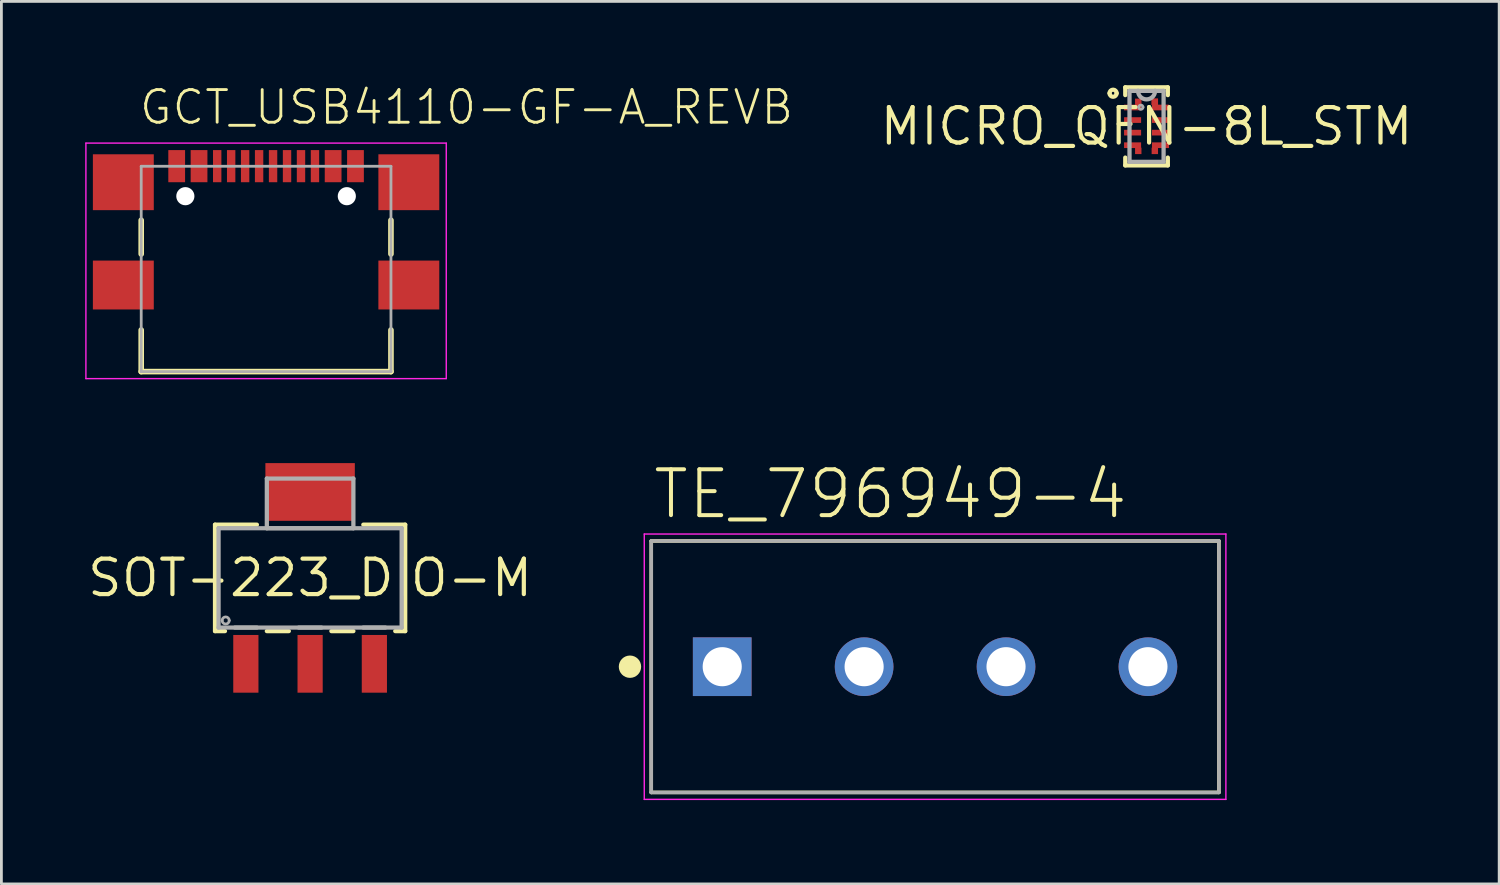
<source format=kicad_pcb>
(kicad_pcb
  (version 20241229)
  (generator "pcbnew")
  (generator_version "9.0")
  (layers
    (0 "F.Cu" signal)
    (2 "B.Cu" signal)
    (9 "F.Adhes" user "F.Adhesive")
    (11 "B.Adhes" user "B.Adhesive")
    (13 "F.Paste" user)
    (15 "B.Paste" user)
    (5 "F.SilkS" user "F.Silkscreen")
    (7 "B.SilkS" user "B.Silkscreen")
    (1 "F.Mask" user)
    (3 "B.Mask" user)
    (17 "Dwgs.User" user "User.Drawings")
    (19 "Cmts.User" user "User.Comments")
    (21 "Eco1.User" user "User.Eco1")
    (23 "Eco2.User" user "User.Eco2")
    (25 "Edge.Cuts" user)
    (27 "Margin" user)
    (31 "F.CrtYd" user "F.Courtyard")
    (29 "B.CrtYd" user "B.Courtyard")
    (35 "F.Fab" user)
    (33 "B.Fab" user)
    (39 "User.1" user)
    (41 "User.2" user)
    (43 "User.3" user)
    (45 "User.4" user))
  (footprint "MICRO_QFN-8L_STM"
    (layer "F.Cu")
    (at 37.993 1.473)
    (property "Reference" "MICRO_QFN-8L_STM" (at 0 0 0) (layer "F.SilkS") (effects (font (size 1.27 1.27) (thickness 0.15))))
    (fp_poly (pts (xy -0.182 -0.764) (xy -0.411 -0.764) (xy -0.411 -0.993) (xy -0.182 -0.993)) (stroke (width 0) (type solid)) (fill yes) (layer "F.Cu"))
    (fp_poly (pts (xy -0.182 0.993) (xy -0.411 0.993) (xy -0.411 0.764) (xy -0.182 0.764)) (stroke (width 0) (type solid)) (fill yes) (layer "F.Cu"))
    (fp_poly (pts (xy 0.411 -0.764) (xy 0.182 -0.764) (xy 0.182 -0.993) (xy 0.411 -0.993)) (stroke (width 0) (type solid)) (fill yes) (layer "F.Cu"))
    (fp_poly (pts (xy 0.411 -0.764) (xy 0.182 -0.764) (xy 0.182 -0.993) (xy 0.411 -0.993)) (stroke (width 0) (type solid)) (fill yes) (layer "F.Cu"))
    (fp_poly (pts (xy 0.411 0.993) (xy 0.182 0.993) (xy 0.182 0.764) (xy 0.411 0.764)) (stroke (width 0) (type solid)) (fill yes) (layer "F.Cu"))
    (fp_poly (pts (xy -0.182 -0.764) (xy -0.411 -0.764) (xy -0.411 -0.993) (xy -0.182 -0.993)) (stroke (width 0) (type solid)) (fill yes) (layer "F.Mask"))
    (fp_poly (pts (xy -0.182 -0.764) (xy -0.411 -0.764) (xy -0.411 -0.993) (xy -0.182 -0.993)) (stroke (width 0) (type solid)) (fill yes) (layer "F.Mask"))
    (fp_poly (pts (xy -0.182 0.993) (xy -0.411 0.993) (xy -0.411 0.764) (xy -0.182 0.764)) (stroke (width 0) (type solid)) (fill yes) (layer "F.Mask"))
    (fp_poly (pts (xy -0.182 0.993) (xy -0.411 0.993) (xy -0.411 0.764) (xy -0.182 0.764)) (stroke (width 0) (type solid)) (fill yes) (layer "F.Mask"))
    (fp_poly (pts (xy 0.411 -0.764) (xy 0.182 -0.764) (xy 0.182 -0.993) (xy 0.411 -0.993)) (stroke (width 0) (type solid)) (fill yes) (layer "F.Mask"))
    (fp_poly (pts (xy 0.411 -0.764) (xy 0.182 -0.764) (xy 0.182 -0.993) (xy 0.411 -0.993)) (stroke (width 0) (type solid)) (fill yes) (layer "F.Mask"))
    (fp_poly (pts (xy 0.411 0.993) (xy 0.182 0.993) (xy 0.182 0.764) (xy 0.411 0.764)) (stroke (width 0) (type solid)) (fill yes) (layer "F.Mask"))
    (fp_poly (pts (xy 0.411 0.993) (xy 0.182 0.993) (xy 0.182 0.764) (xy 0.411 0.764)) (stroke (width 0) (type solid)) (fill yes) (layer "F.Mask"))
    (fp_line (start -0.762 -1.397) (end -0.762 -1.118) (stroke (width 0.152) (type solid)) (layer "F.SilkS"))
    (fp_line (start -0.762 1.118) (end -0.762 1.397) (stroke (width 0.152) (type solid)) (layer "F.SilkS"))
    (fp_line (start -0.762 1.397) (end 0.762 1.397) (stroke (width 0.152) (type solid)) (layer "F.SilkS"))
    (fp_line (start 0.762 -1.397) (end -0.762 -1.397) (stroke (width 0.152) (type solid)) (layer "F.SilkS"))
    (fp_line (start 0.762 -1.118) (end 0.762 -1.397) (stroke (width 0.152) (type solid)) (layer "F.SilkS"))
    (fp_line (start 0.762 1.397) (end 0.762 1.118) (stroke (width 0.152) (type solid)) (layer "F.SilkS"))
    (fp_arc (start -1.3248 -1.1858) (mid -1.1978 -1.3128) (end -1.0708 -1.1858) (stroke (width 0.1524) (type solid)) (layer "F.SilkS"))
    (fp_arc (start -1.0708 -1.1858) (mid -1.1978 -1.0588) (end -1.3248 -1.1858) (stroke (width 0.1524) (type solid)) (layer "F.SilkS"))
    (fp_poly (pts (xy -0.182 -0.764) (xy -0.411 -0.764) (xy -0.411 -0.993) (xy -0.182 -0.993)) (stroke (width 0) (type solid)) (fill yes) (layer "F.Paste"))
    (fp_poly (pts (xy -0.182 0.993) (xy -0.411 0.993) (xy -0.411 0.764) (xy -0.182 0.764)) (stroke (width 0) (type solid)) (fill yes) (layer "F.Paste"))
    (fp_poly (pts (xy 0.411 -0.764) (xy 0.182 -0.764) (xy 0.182 -0.993) (xy 0.411 -0.993)) (stroke (width 0) (type solid)) (fill yes) (layer "F.Paste"))
    (fp_poly (pts (xy 0.411 0.993) (xy 0.182 0.993) (xy 0.182 0.764) (xy 0.411 0.764)) (stroke (width 0) (type solid)) (fill yes) (layer "F.Paste"))
    (fp_line (start -0.61 -1.27) (end -0.61 1.27) (stroke (width 0.152) (type solid)) (layer "F.Fab"))
    (fp_line (start -0.61 1.27) (end 0.61 1.27) (stroke (width 0.152) (type solid)) (layer "F.Fab"))
    (fp_line (start -0.305 -1.27) (end -0.61 -1.27) (stroke (width 0.152) (type solid)) (layer "F.Fab"))
    (fp_line (start 0.305 -1.27) (end -0.305 -1.27) (stroke (width 0.152) (type solid)) (layer "F.Fab"))
    (fp_line (start 0.61 -1.27) (end 0.305 -1.27) (stroke (width 0.152) (type solid)) (layer "F.Fab"))
    (fp_line (start 0.61 1.27) (end 0.61 -1.27) (stroke (width 0.152) (type solid)) (layer "F.Fab"))
    (fp_arc (start -0.2794 -0.6858) (mid -0.2032 -0.762) (end -0.127 -0.6858) (stroke (width 0.1) (type solid)) (layer "F.Fab"))
    (fp_arc (start -0.127 -0.6858) (mid -0.2032 -0.6096) (end -0.2794 -0.6858) (stroke (width 0.1) (type solid)) (layer "F.Fab"))
    (fp_arc (start 0.3048 -1.27) (mid 0 -0.9652) (end -0.3048 -1.27) (stroke (width 0.1524) (type solid)) (layer "F.Fab"))
    (pad "1" smd rect (at -0.5 -0.675) (size 0.61 0.203) (layers "F.Cu" "F.Mask" "F.Paste"))
    (pad "2" smd rect (at -0.5 -0.225) (size 0.61 0.203) (layers "F.Cu" "F.Mask" "F.Paste"))
    (pad "3" smd rect (at -0.5 0.225) (size 0.61 0.203) (layers "F.Cu" "F.Mask" "F.Paste"))
    (pad "4" smd rect (at -0.5 0.675) (size 0.61 0.203) (layers "F.Cu" "F.Mask" "F.Paste"))
    (pad "5" smd rect (at 0.5 0.675 180) (size 0.61 0.203) (layers "F.Cu" "F.Mask" "F.Paste"))
    (pad "6" smd rect (at 0.5 0.225 180) (size 0.61 0.203) (layers "F.Cu" "F.Mask" "F.Paste"))
    (pad "7" smd rect (at 0.5 -0.225 180) (size 0.61 0.203) (layers "F.Cu" "F.Mask" "F.Paste"))
    (pad "8" smd rect (at 0.5 -0.675 180) (size 0.61 0.203) (layers "F.Cu" "F.Mask" "F.Paste")))
  (footprint "TE_796949-4"
    (layer "F.Cu")
    (at 22.803 20.816)
    (property "Reference" "TE_796949-4" (at -2.553 -5.218 0) (layer "F.SilkS") (effects (font (size 1.641 1.641) (thickness 0.143)) (justify left bottom)))
    (fp_line (start -2.54 -4.5) (end -2.54 4.5) (stroke (width 0.127) (type solid)) (layer "F.SilkS"))
    (fp_line (start -2.54 4.5) (end 17.78 4.5) (stroke (width 0.127) (type solid)) (layer "F.SilkS"))
    (fp_line (start 17.78 -4.5) (end -2.54 -4.5) (stroke (width 0.127) (type solid)) (layer "F.SilkS"))
    (fp_line (start 17.78 4.5) (end 17.78 -4.5) (stroke (width 0.127) (type solid)) (layer "F.SilkS"))
    (fp_circle (center -3.302 0) (end -3.102 0) (stroke (width 0.4) (type solid)) (fill no) (layer "F.SilkS"))
    (fp_line (start -2.79 -4.75) (end -2.79 4.75) (stroke (width 0.05) (type solid)) (layer "F.CrtYd"))
    (fp_line (start -2.79 4.75) (end 18.03 4.75) (stroke (width 0.05) (type solid)) (layer "F.CrtYd"))
    (fp_line (start 18.03 -4.75) (end -2.79 -4.75) (stroke (width 0.05) (type solid)) (layer "F.CrtYd"))
    (fp_line (start 18.03 4.75) (end 18.03 -4.75) (stroke (width 0.05) (type solid)) (layer "F.CrtYd"))
    (fp_line (start -2.54 -4.5) (end -2.54 4.5) (stroke (width 0.127) (type solid)) (layer "F.Fab"))
    (fp_line (start -2.54 4.5) (end 17.78 4.5) (stroke (width 0.127) (type solid)) (layer "F.Fab"))
    (fp_line (start 17.78 -4.5) (end -2.54 -4.5) (stroke (width 0.127) (type solid)) (layer "F.Fab"))
    (fp_line (start 17.78 4.5) (end 17.78 -4.5) (stroke (width 0.127) (type solid)) (layer "F.Fab"))
    (pad "1" thru_hole rect (at 0 0) (size 2.1 2.1) (drill 1.4) (layers "*.Cu" "*.Mask"))
    (pad "2" thru_hole circle (at 5.08 0) (size 2.1 2.1) (drill 1.4) (layers "*.Cu" "*.Mask"))
    (pad "3" thru_hole circle (at 10.16 0) (size 2.1 2.1) (drill 1.4) (layers "*.Cu" "*.Mask"))
    (pad "4" thru_hole circle (at 15.24 0) (size 2.1 2.1) (drill 1.4) (layers "*.Cu" "*.Mask")))
  (footprint "GCT_USB4110-GF-A_REVB"
    (layer "F.Cu")
    (at 6.475 3.973)
    (property "Reference" "GCT_USB4110-GF-A_REVB" (at -4.6 -2.5 0) (layer "F.SilkS") (effects (font (size 1.168 1.168) (thickness 0.102)) (justify left bottom)))
    (fp_line (start -4.47 0.86) (end -4.47 2.07) (stroke (width 0.2) (type solid)) (layer "F.SilkS"))
    (fp_line (start -4.47 4.79) (end -4.47 6.28) (stroke (width 0.2) (type solid)) (layer "F.SilkS"))
    (fp_line (start -4.47 6.28) (end 4.47 6.28) (stroke (width 0.2) (type solid)) (layer "F.SilkS"))
    (fp_line (start 4.47 0.86) (end 4.47 2.07) (stroke (width 0.2) (type solid)) (layer "F.SilkS"))
    (fp_line (start 4.47 6.28) (end 4.47 4.79) (stroke (width 0.2) (type solid)) (layer "F.SilkS"))
    (fp_line (start -6.45 -1.9) (end 6.45 -1.9) (stroke (width 0.05) (type solid)) (layer "F.CrtYd"))
    (fp_line (start -6.45 6.53) (end -6.45 -1.9) (stroke (width 0.05) (type solid)) (layer "F.CrtYd"))
    (fp_line (start 6.45 -1.9) (end 6.45 6.53) (stroke (width 0.05) (type solid)) (layer "F.CrtYd"))
    (fp_line (start 6.45 6.53) (end -6.45 6.53) (stroke (width 0.05) (type solid)) (layer "F.CrtYd"))
    (fp_line (start -4.47 -1.07) (end -4.47 6.28) (stroke (width 0.1) (type solid)) (layer "F.Fab"))
    (fp_line (start -4.47 6.28) (end 4.47 6.28) (stroke (width 0.1) (type solid)) (layer "F.Fab"))
    (fp_line (start 4.47 -1.07) (end -4.47 -1.07) (stroke (width 0.1) (type solid)) (layer "F.Fab"))
    (fp_line (start 4.47 6.28) (end 4.47 -1.07) (stroke (width 0.1) (type solid)) (layer "F.Fab"))
    (pad "" np_thru_hole circle (at -2.89 0) (size 0.65 0.65) (drill 0.65) (layers "*.Cu" "*.Mask"))
    (pad "" np_thru_hole circle (at 2.89 0) (size 0.65 0.65) (drill 0.65) (layers "*.Cu" "*.Mask"))
    (pad "A1/B12" smd rect (at -3.2 -1.075) (size 0.6 1.15) (layers "F.Cu" "F.Mask" "F.Paste"))
    (pad "A4/B9" smd rect (at -2.4 -1.075) (size 0.6 1.15) (layers "F.Cu" "F.Mask" "F.Paste"))
    (pad "A5" smd rect (at -1.25 -1.075) (size 0.3 1.15) (layers "F.Cu" "F.Mask" "F.Paste"))
    (pad "A6" smd rect (at -0.25 -1.075) (size 0.3 1.15) (layers "F.Cu" "F.Mask" "F.Paste"))
    (pad "A7" smd rect (at 0.25 -1.075) (size 0.3 1.15) (layers "F.Cu" "F.Mask" "F.Paste"))
    (pad "A8" smd rect (at 1.25 -1.075) (size 0.3 1.15) (layers "F.Cu" "F.Mask" "F.Paste"))
    (pad "B1/A12" smd rect (at 3.2 -1.075) (size 0.6 1.15) (layers "F.Cu" "F.Mask" "F.Paste"))
    (pad "B4/A9" smd rect (at 2.4 -1.075) (size 0.6 1.15) (layers "F.Cu" "F.Mask" "F.Paste"))
    (pad "B5" smd rect (at 1.75 -1.075) (size 0.3 1.15) (layers "F.Cu" "F.Mask" "F.Paste"))
    (pad "B6" smd rect (at 0.75 -1.075) (size 0.3 1.15) (layers "F.Cu" "F.Mask" "F.Paste"))
    (pad "B7" smd rect (at -0.75 -1.075) (size 0.3 1.15) (layers "F.Cu" "F.Mask" "F.Paste"))
    (pad "B8" smd rect (at -1.75 -1.075) (size 0.3 1.15) (layers "F.Cu" "F.Mask" "F.Paste"))
    (pad "S1" smd rect (at -5.11 -0.5) (size 2.18 2) (layers "F.Cu" "F.Mask" "F.Paste"))
    (pad "S2" smd rect (at 5.11 -0.5) (size 2.18 2) (layers "F.Cu" "F.Mask" "F.Paste"))
    (pad "S3" smd rect (at -5.11 3.18) (size 2.18 1.75) (layers "F.Cu" "F.Mask" "F.Paste"))
    (pad "S4" smd rect (at 5.11 3.18) (size 2.18 1.75) (layers "F.Cu" "F.Mask" "F.Paste")))
  (footprint "SOT-223_DIO-M"
    (layer "F.Cu")
    (at 8.051 17.637)
    (property "Reference" "SOT-223_DIO-M" (at 0 0 0) (layer "F.SilkS") (effects (font (size 1.27 1.27) (thickness 0.15))))
    (fp_line (start -3.404 -1.905) (end -3.404 1.905) (stroke (width 0.152) (type solid)) (layer "F.SilkS"))
    (fp_line (start -3.404 1.905) (end -3.048 1.905) (stroke (width 0.152) (type solid)) (layer "F.SilkS"))
    (fp_line (start -1.905 -1.905) (end -3.404 -1.905) (stroke (width 0.152) (type solid)) (layer "F.SilkS"))
    (fp_line (start -1.549 1.905) (end -0.762 1.905) (stroke (width 0.152) (type solid)) (layer "F.SilkS"))
    (fp_line (start 0.762 1.905) (end 1.549 1.905) (stroke (width 0.152) (type solid)) (layer "F.SilkS"))
    (fp_line (start 3.048 1.905) (end 3.404 1.905) (stroke (width 0.152) (type solid)) (layer "F.SilkS"))
    (fp_line (start 3.404 -1.905) (end 1.905 -1.905) (stroke (width 0.152) (type solid)) (layer "F.SilkS"))
    (fp_line (start 3.404 1.905) (end 3.404 -1.905) (stroke (width 0.152) (type solid)) (layer "F.SilkS"))
    (fp_line (start -3.277 -1.778) (end -3.277 1.778) (stroke (width 0.152) (type solid)) (layer "F.Fab"))
    (fp_line (start -3.277 1.778) (end 3.277 1.778) (stroke (width 0.152) (type solid)) (layer "F.Fab"))
    (fp_line (start -1.905 1.778) (end -2.692 1.778) (stroke (width 0.152) (type solid)) (layer "F.Fab"))
    (fp_line (start -1.549 -3.556) (end -1.549 -1.778) (stroke (width 0.152) (type solid)) (layer "F.Fab"))
    (fp_line (start -1.549 -1.778) (end 1.549 -1.778) (stroke (width 0.152) (type solid)) (layer "F.Fab"))
    (fp_line (start 0.406 1.778) (end -0.406 1.778) (stroke (width 0.152) (type solid)) (layer "F.Fab"))
    (fp_line (start 1.549 -3.556) (end -1.549 -3.556) (stroke (width 0.152) (type solid)) (layer "F.Fab"))
    (fp_line (start 1.549 -1.778) (end 1.549 -3.556) (stroke (width 0.152) (type solid)) (layer "F.Fab"))
    (fp_line (start 2.692 1.778) (end 1.905 1.778) (stroke (width 0.152) (type solid)) (layer "F.Fab"))
    (fp_line (start 3.277 -1.778) (end -3.277 -1.778) (stroke (width 0.152) (type solid)) (layer "F.Fab"))
    (fp_line (start 3.277 1.778) (end 3.277 -1.778) (stroke (width 0.152) (type solid)) (layer "F.Fab"))
    (fp_arc (start -3.1496 1.524) (mid -3.0226 1.397) (end -2.8956 1.524) (stroke (width 0.1) (type solid)) (layer "F.Fab"))
    (fp_arc (start -2.8956 1.524) (mid -3.0226 1.651) (end -3.1496 1.524) (stroke (width 0.1) (type solid)) (layer "F.Fab"))
    (pad "1" smd rect (at -2.3 3.076) (size 0.902 2.066) (layers "F.Cu" "F.Mask" "F.Paste"))
    (pad "2" smd rect (at 0 3.076) (size 0.902 2.066) (layers "F.Cu" "F.Mask" "F.Paste"))
    (pad "3" smd rect (at 2.3 3.076) (size 0.902 2.066) (layers "F.Cu" "F.Mask" "F.Paste"))
    (pad "4" smd rect (at 0 -3.076) (size 3.202 2.066) (layers "F.Cu" "F.Mask" "F.Paste")))
  (gr_rect
    (start -3 -3)
    (end 50.616 28.591)
    (stroke (width 0.1) (type default))
    (fill no)
    (layer "Edge.Cuts")))
</source>
